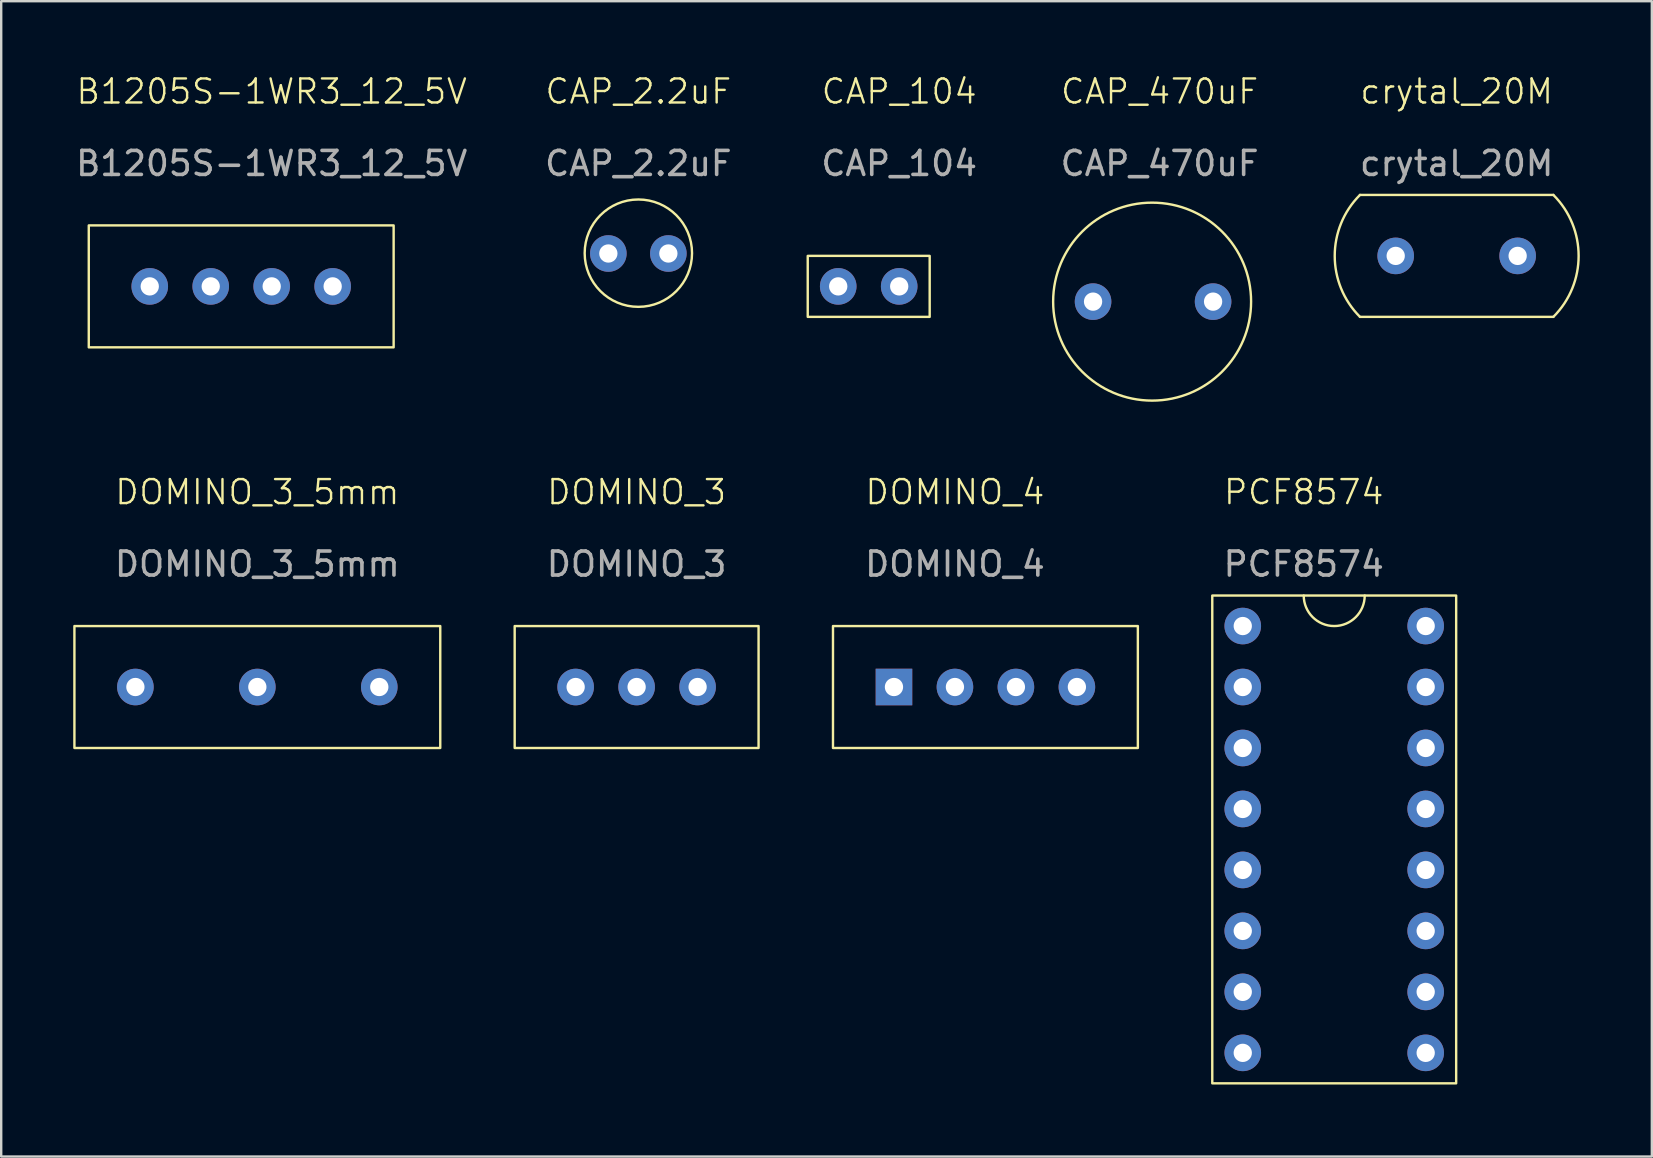
<source format=kicad_pcb>
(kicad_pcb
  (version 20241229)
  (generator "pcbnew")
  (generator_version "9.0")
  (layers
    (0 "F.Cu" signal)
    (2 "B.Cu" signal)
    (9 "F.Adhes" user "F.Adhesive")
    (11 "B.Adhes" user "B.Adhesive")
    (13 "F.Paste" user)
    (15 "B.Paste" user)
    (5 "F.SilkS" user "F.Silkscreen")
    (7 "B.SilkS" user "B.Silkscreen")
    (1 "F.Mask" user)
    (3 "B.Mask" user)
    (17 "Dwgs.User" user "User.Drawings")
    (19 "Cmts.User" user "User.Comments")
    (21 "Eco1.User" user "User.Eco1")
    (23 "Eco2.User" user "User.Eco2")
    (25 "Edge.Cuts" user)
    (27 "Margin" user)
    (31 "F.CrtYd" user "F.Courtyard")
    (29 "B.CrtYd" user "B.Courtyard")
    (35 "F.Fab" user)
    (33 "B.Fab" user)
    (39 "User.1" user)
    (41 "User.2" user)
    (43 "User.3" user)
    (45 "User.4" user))
  (footprint "CAP_470uF"
    (layer "F.Cu")
    (at 45.257 1.26)
    (property "Reference" "CAP_470uF" (at 0 -0.5 0) (unlocked yes) (layer "F.SilkS") (effects (font (size 1 1) (thickness 0.1))))
    (attr through_hole)
    (fp_circle (center -0.313 8.255) (end 3.687 9.255) (stroke (width 0.1) (type default)) (fill no) (layer "F.SilkS"))
    (fp_text user "${REFERENCE}" (at 0 2.5 0) (unlocked yes) (layer "F.Fab") (effects (font (size 1 1) (thickness 0.15))))
    (pad "1" thru_hole circle (at -2.773 8.255) (size 1.524 1.524) (drill 0.762) (layers "*.Cu" "*.Mask"))
    (pad "2" thru_hole circle (at 2.227 8.255) (size 1.524 1.524) (drill 0.762) (layers "*.Cu" "*.Mask")))
  (footprint "DOMINO_3"
    (layer "F.Cu")
    (at 23.47 17.949)
    (property "Reference" "DOMINO_3" (at 0 -0.5 0) (unlocked yes) (layer "F.SilkS") (effects (font (size 1 1) (thickness 0.1))))
    (attr through_hole)
    (fp_rect (start -5.08 5.08) (end 5.08 10.16) (stroke (width 0.1) (type default)) (fill no) (layer "F.SilkS"))
    (fp_text user "${REFERENCE}" (at 0 2.5 0) (unlocked yes) (layer "F.Fab") (effects (font (size 1 1) (thickness 0.15))))
    (pad "1" thru_hole circle (at 2.54 7.62) (size 1.524 1.524) (drill 0.762) (layers "*.Cu" "*.Mask"))
    (pad "2" thru_hole circle (at 0 7.62) (size 1.524 1.524) (drill 0.762) (layers "*.Cu" "*.Mask"))
    (pad "3" thru_hole circle (at -2.54 7.62) (size 1.524 1.524) (drill 0.762) (layers "*.Cu" "*.Mask")))
  (footprint "CAP_104"
    (layer "F.Cu")
    (at 34.408 1.26)
    (property "Reference" "CAP_104" (at 0 -0.5 0) (unlocked yes) (layer "F.SilkS") (effects (font (size 1 1) (thickness 0.1))))
    (attr through_hole)
    (fp_rect (start -3.81 6.35) (end 1.27 8.89) (stroke (width 0.1) (type default)) (fill no) (layer "F.SilkS"))
    (fp_text user "${REFERENCE}" (at 0 2.5 0) (unlocked yes) (layer "F.Fab") (effects (font (size 1 1) (thickness 0.15))))
    (pad "1" thru_hole circle (at -2.54 7.62) (size 1.524 1.524) (drill 0.762) (layers "*.Cu" "*.Mask"))
    (pad "2" thru_hole circle (at 0 7.62) (size 1.524 1.524) (drill 0.762) (layers "*.Cu" "*.Mask")))
  (footprint "DOMINO_3_5mm"
    (layer "F.Cu")
    (at 7.67 17.949)
    (property "Reference" "DOMINO_3_5mm" (at 0 -0.5 0) (unlocked yes) (layer "F.SilkS") (effects (font (size 1 1) (thickness 0.1))))
    (attr through_hole)
    (fp_rect (start -7.62 5.08) (end 7.62 10.16) (stroke (width 0.1) (type default)) (fill no) (layer "F.SilkS"))
    (fp_text user "${REFERENCE}" (at 0 2.5 0) (unlocked yes) (layer "F.Fab") (effects (font (size 1 1) (thickness 0.15))))
    (pad "1" thru_hole circle (at -5.08 7.62) (size 1.524 1.524) (drill 0.762) (layers "*.Cu" "*.Mask"))
    (pad "2" thru_hole circle (at 0 7.62) (size 1.524 1.524) (drill 0.762) (layers "*.Cu" "*.Mask"))
    (pad "3" thru_hole circle (at 5.08 7.62) (size 1.524 1.524) (drill 0.762) (layers "*.Cu" "*.Mask")))
  (footprint "B1205S-1WR3_12_5V"
    (layer "F.Cu")
    (at 8.268 1.26)
    (property "Reference" "B1205S-1WR3_12_5V" (at 0 -0.5 0) (unlocked yes) (layer "F.SilkS") (effects (font (size 1 1) (thickness 0.1))))
    (attr through_hole)
    (fp_rect (start -7.62 5.08) (end 5.08 10.16) (stroke (width 0.1) (type default)) (fill no) (layer "F.SilkS"))
    (fp_text user "${REFERENCE}" (at 0 2.5 0) (unlocked yes) (layer "F.Fab") (effects (font (size 1 1) (thickness 0.15))))
    (pad "1" thru_hole circle (at -5.08 7.62) (size 1.524 1.524) (drill 0.762) (layers "*.Cu" "*.Mask"))
    (pad "2" thru_hole circle (at -2.54 7.62) (size 1.524 1.524) (drill 0.762) (layers "*.Cu" "*.Mask"))
    (pad "3" thru_hole circle (at 0 7.62) (size 1.524 1.524) (drill 0.762) (layers "*.Cu" "*.Mask"))
    (pad "4" thru_hole circle (at 2.54 7.62) (size 1.524 1.524) (drill 0.762) (layers "*.Cu" "*.Mask")))
  (footprint "PCF8574"
    (layer "F.Cu")
    (at 51.26 17.949)
    (property "Reference" "PCF8574" (at 0 -0.5 0) (unlocked yes) (layer "F.SilkS") (effects (font (size 1 1) (thickness 0.1))))
    (attr through_hole)
    (fp_rect (start -3.81 3.81) (end 6.35 24.13) (stroke (width 0.1) (type default)) (fill no) (layer "F.SilkS"))
    (fp_arc (start 2.54 3.81) (mid 1.27 5.08) (end 0 3.81) (stroke (width 0.1) (type default)) (layer "F.SilkS"))
    (fp_text user "${REFERENCE}" (at 0 2.5 0) (unlocked yes) (layer "F.Fab") (effects (font (size 1 1) (thickness 0.15))))
    (pad "1" thru_hole circle (at -2.54 5.08) (size 1.524 1.524) (drill 0.762) (layers "*.Cu" "*.Mask"))
    (pad "2" thru_hole circle (at -2.54 7.62) (size 1.524 1.524) (drill 0.762) (layers "*.Cu" "*.Mask"))
    (pad "3" thru_hole circle (at -2.54 10.16) (size 1.524 1.524) (drill 0.762) (layers "*.Cu" "*.Mask"))
    (pad "4" thru_hole circle (at -2.54 12.7) (size 1.524 1.524) (drill 0.762) (layers "*.Cu" "*.Mask"))
    (pad "5" thru_hole circle (at -2.54 15.24) (size 1.524 1.524) (drill 0.762) (layers "*.Cu" "*.Mask"))
    (pad "6" thru_hole circle (at -2.54 17.78) (size 1.524 1.524) (drill 0.762) (layers "*.Cu" "*.Mask"))
    (pad "7" thru_hole circle (at -2.54 20.32) (size 1.524 1.524) (drill 0.762) (layers "*.Cu" "*.Mask"))
    (pad "8" thru_hole circle (at -2.54 22.86) (size 1.524 1.524) (drill 0.762) (layers "*.Cu" "*.Mask"))
    (pad "9" thru_hole circle (at 5.08 22.86) (size 1.524 1.524) (drill 0.762) (layers "*.Cu" "*.Mask"))
    (pad "10" thru_hole circle (at 5.08 20.32) (size 1.524 1.524) (drill 0.762) (layers "*.Cu" "*.Mask"))
    (pad "11" thru_hole circle (at 5.08 17.78) (size 1.524 1.524) (drill 0.762) (layers "*.Cu" "*.Mask"))
    (pad "12" thru_hole circle (at 5.08 15.24) (size 1.524 1.524) (drill 0.762) (layers "*.Cu" "*.Mask"))
    (pad "13" thru_hole circle (at 5.08 12.7) (size 1.524 1.524) (drill 0.762) (layers "*.Cu" "*.Mask"))
    (pad "14" thru_hole circle (at 5.08 10.16) (size 1.524 1.524) (drill 0.762) (layers "*.Cu" "*.Mask"))
    (pad "15" thru_hole circle (at 5.08 7.62) (size 1.524 1.524) (drill 0.762) (layers "*.Cu" "*.Mask"))
    (pad "16" thru_hole circle (at 5.08 5.08) (size 1.524 1.524) (drill 0.762) (layers "*.Cu" "*.Mask")))
  (footprint "DOMINO_4"
    (layer "F.Cu")
    (at 36.73 17.949)
    (property "Reference" "DOMINO_4" (at 0 -0.5 0) (unlocked yes) (layer "F.SilkS") (effects (font (size 1 1) (thickness 0.1))))
    (attr through_hole)
    (fp_rect (start -5.08 5.08) (end 7.62 10.16) (stroke (width 0.1) (type default)) (fill no) (layer "F.SilkS"))
    (fp_text user "${REFERENCE}" (at 0 2.5 0) (unlocked yes) (layer "F.Fab") (effects (font (size 1 1) (thickness 0.15))))
    (pad "1" thru_hole rect (at -2.54 7.62) (size 1.524 1.524) (drill 0.762) (layers "*.Cu" "*.Mask"))
    (pad "2" thru_hole circle (at 0 7.62) (size 1.524 1.524) (drill 0.762) (layers "*.Cu" "*.Mask"))
    (pad "3" thru_hole circle (at 2.54 7.62) (size 1.524 1.524) (drill 0.762) (layers "*.Cu" "*.Mask"))
    (pad "4" thru_hole circle (at 5.08 7.62) (size 1.524 1.524) (drill 0.762) (layers "*.Cu" "*.Mask")))
  (footprint "crytal_20M"
    (layer "F.Cu")
    (at 57.631 1.26)
    (property "Reference" "crytal_20M" (at 0 -0.5 0) (unlocked yes) (layer "F.SilkS") (effects (font (size 1 1) (thickness 0.1))))
    (attr through_hole)
    (fp_line (start 4.028 3.81) (end -4.028 3.81) (stroke (width 0.1) (type default)) (layer "F.SilkS"))
    (fp_line (start 4.028 8.89) (end -4.028 8.89) (stroke (width 0.1) (type default)) (layer "F.SilkS"))
    (fp_arc (start -4.027898 8.89) (mid -5.08 6.35) (end -4.027898 3.81) (stroke (width 0.1) (type default)) (layer "F.SilkS"))
    (fp_arc (start 4.027898 3.81) (mid 5.08 6.35) (end 4.027898 8.89) (stroke (width 0.1) (type default)) (layer "F.SilkS"))
    (fp_text user "${REFERENCE}" (at 0 2.5 0) (unlocked yes) (layer "F.Fab") (effects (font (size 1 1) (thickness 0.15))))
    (pad "1" thru_hole circle (at -2.54 6.35) (size 1.524 1.524) (drill 0.762) (layers "*.Cu" "*.Mask"))
    (pad "2" thru_hole circle (at 2.54 6.35) (size 1.524 1.524) (drill 0.762) (layers "*.Cu" "*.Mask")))
  (footprint "CAP_2.2uF"
    (layer "F.Cu")
    (at 23.542 1.26)
    (property "Reference" "CAP_2.2uF" (at 0 -0.5 0) (unlocked yes) (layer "F.SilkS") (effects (font (size 1 1) (thickness 0.1))))
    (attr through_hole)
    (fp_circle (center 0 6.236) (end 2 7.236) (stroke (width 0.1) (type default)) (fill no) (layer "F.SilkS"))
    (fp_text user "${REFERENCE}" (at 0 2.5 0) (unlocked yes) (layer "F.Fab") (effects (font (size 1 1) (thickness 0.15))))
    (pad "1" thru_hole circle (at -1.25 6.25) (size 1.524 1.524) (drill 0.762) (layers "*.Cu" "*.Mask"))
    (pad "2" thru_hole circle (at 1.25 6.25) (size 1.524 1.524) (drill 0.762) (layers "*.Cu" "*.Mask")))
  (gr_rect
    (start -3 -3)
    (end 65.761 45.129)
    (stroke (width 0.1) (type default))
    (fill no)
    (layer "Edge.Cuts")))
</source>
